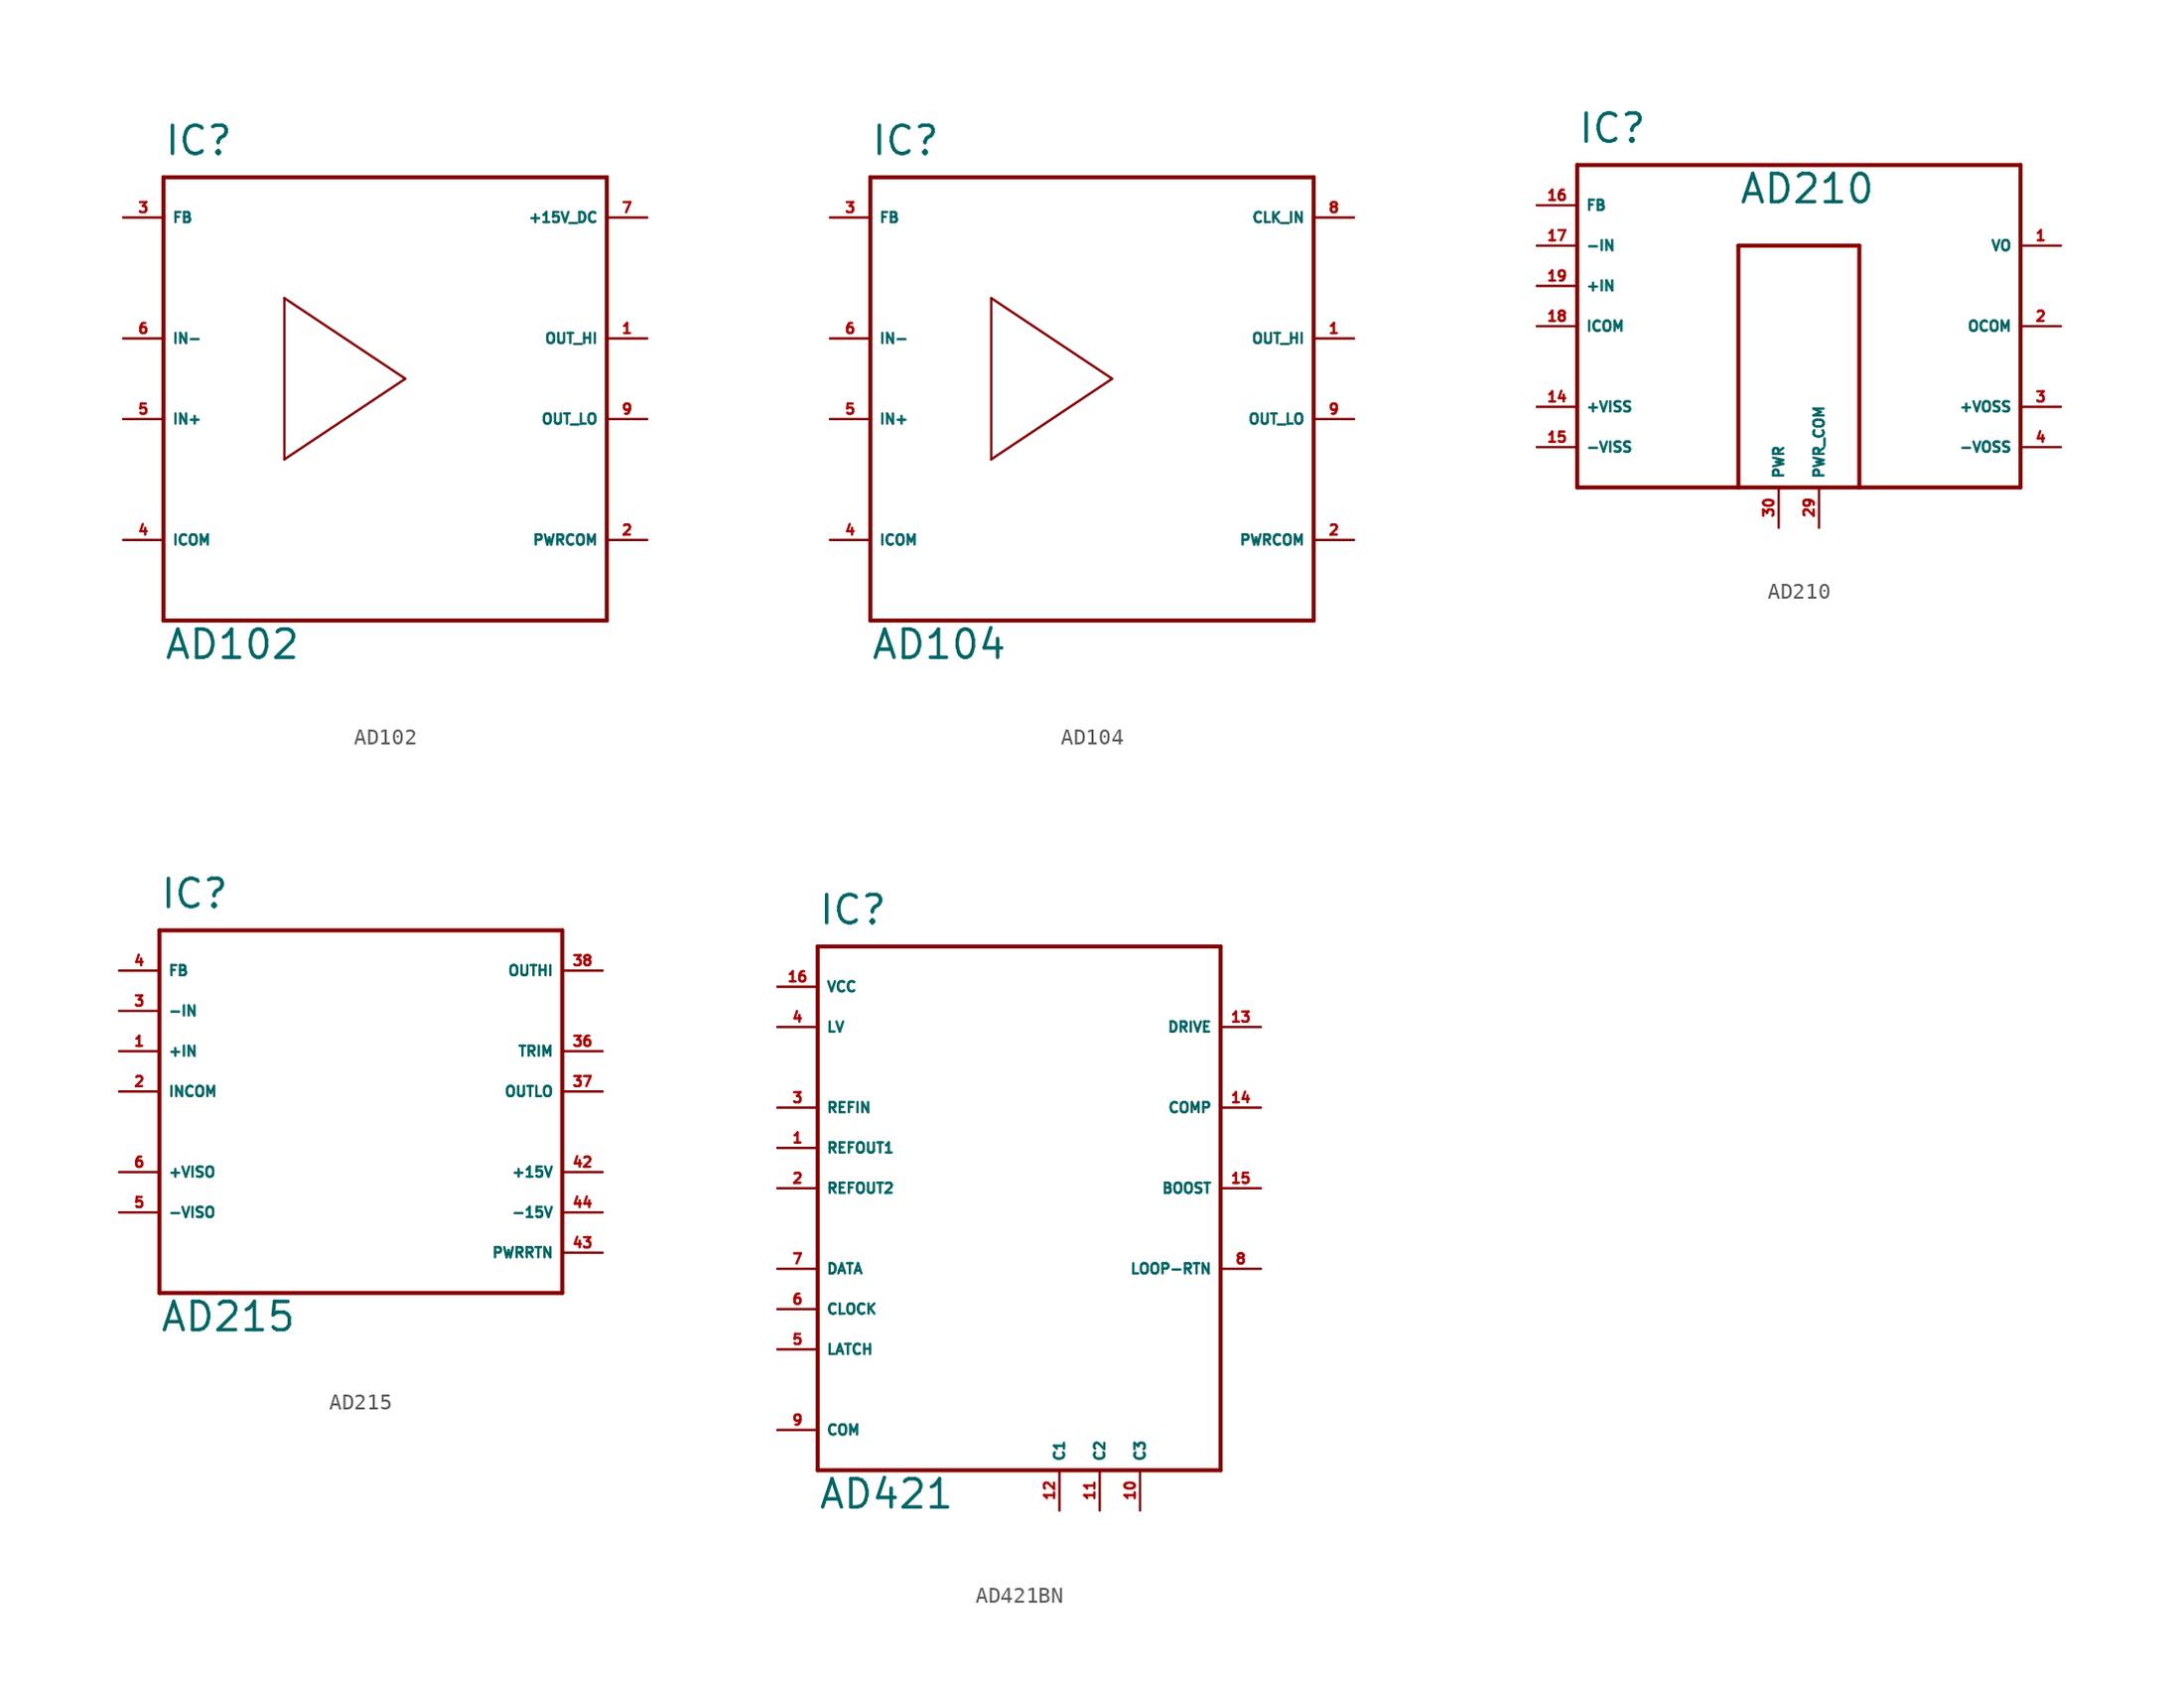
<source format=kicad_sym>
(kicad_symbol_lib
  (version 20220914)
  (generator Eagle2Kicad)
  (symbol "AD102"
    (property "Reference" "IC"
      (at -15.24 13.97 0)
      (effects (font (size 1.778 1.778) (thickness 0.22)) (justify left bottom)))
    (property "Value" "AD102"
      (at -15.24 -17.78 0)
      (effects (font (size 1.778 1.778) (thickness 0.22)) (justify left bottom)))
    (polyline
      (pts (xy -15.24 12.7) (xy 12.7 12.7))
      (stroke (width 0.254) (type default))
      (fill (type none)))
    (polyline
      (pts (xy 12.7 12.7) (xy 12.7 -15.24))
      (stroke (width 0.254) (type default))
      (fill (type none)))
    (polyline
      (pts (xy 12.7 -15.24) (xy -15.24 -15.24))
      (stroke (width 0.254) (type default))
      (fill (type none)))
    (polyline
      (pts (xy -15.24 -15.24) (xy -15.24 12.7))
      (stroke (width 0.254) (type default))
      (fill (type none)))
    (polyline
      (pts (xy -7.62 5.08) (xy -7.62 -5.08))
      (stroke (width 0.152) (type default))
      (fill (type none)))
    (polyline
      (pts (xy -7.62 -5.08) (xy 0 0))
      (stroke (width 0.152) (type default))
      (fill (type none)))
    (polyline
      (pts (xy 0 0) (xy -7.62 5.08))
      (stroke (width 0.152) (type default))
      (fill (type none)))
    (pin input line
      (at -17.78 10.16 0)
      (length 2.54)
      (name "FB" (effects (font (size 0.635 0.635) (thickness 0.08)) (justify left bottom)))
      (number "3" (effects (font (size 0.635 0.635) (thickness 0.08)) (justify left bottom))))
    (pin input line
      (at -17.78 2.54 0)
      (length 2.54)
      (name "IN-" (effects (font (size 0.635 0.635) (thickness 0.08)) (justify left bottom)))
      (number "6" (effects (font (size 0.635 0.635) (thickness 0.08)) (justify left bottom))))
    (pin input line
      (at -17.78 -2.54 0)
      (length 2.54)
      (name "IN+" (effects (font (size 0.635 0.635) (thickness 0.08)) (justify left bottom)))
      (number "5" (effects (font (size 0.635 0.635) (thickness 0.08)) (justify left bottom))))
    (pin unspecified line
      (at -17.78 -10.16 0)
      (length 2.54)
      (name "ICOM" (effects (font (size 0.635 0.635) (thickness 0.08)) (justify left bottom)))
      (number "4" (effects (font (size 0.635 0.635) (thickness 0.08)) (justify left bottom))))
    (pin output line
      (at 15.24 2.54 180)
      (length 2.54)
      (name "OUT_HI" (effects (font (size 0.635 0.635) (thickness 0.08)) (justify left bottom)))
      (number "1" (effects (font (size 0.635 0.635) (thickness 0.08)) (justify left bottom))))
    (pin output line
      (at 15.24 -2.54 180)
      (length 2.54)
      (name "OUT_LO" (effects (font (size 0.635 0.635) (thickness 0.08)) (justify left bottom)))
      (number "9" (effects (font (size 0.635 0.635) (thickness 0.08)) (justify left bottom))))
    (pin output line
      (at 15.24 10.16 180)
      (length 2.54)
      (name "+15V_DC" (effects (font (size 0.635 0.635) (thickness 0.08)) (justify left bottom)))
      (number "7" (effects (font (size 0.635 0.635) (thickness 0.08)) (justify left bottom))))
    (pin output line
      (at 15.24 -10.16 180)
      (length 2.54)
      (name "PWRCOM" (effects (font (size 0.635 0.635) (thickness 0.08)) (justify left bottom)))
      (number "2" (effects (font (size 0.635 0.635) (thickness 0.08)) (justify left bottom)))))
  (symbol "AD104"
    (property "Reference" "IC"
      (at -15.24 13.97 0)
      (effects (font (size 1.778 1.778) (thickness 0.22)) (justify left bottom)))
    (property "Value" "AD104"
      (at -15.24 -17.78 0)
      (effects (font (size 1.778 1.778) (thickness 0.22)) (justify left bottom)))
    (polyline
      (pts (xy -15.24 12.7) (xy 12.7 12.7))
      (stroke (width 0.254) (type default))
      (fill (type none)))
    (polyline
      (pts (xy 12.7 12.7) (xy 12.7 -15.24))
      (stroke (width 0.254) (type default))
      (fill (type none)))
    (polyline
      (pts (xy 12.7 -15.24) (xy -15.24 -15.24))
      (stroke (width 0.254) (type default))
      (fill (type none)))
    (polyline
      (pts (xy -15.24 -15.24) (xy -15.24 12.7))
      (stroke (width 0.254) (type default))
      (fill (type none)))
    (polyline
      (pts (xy -7.62 5.08) (xy -7.62 -5.08))
      (stroke (width 0.152) (type default))
      (fill (type none)))
    (polyline
      (pts (xy -7.62 -5.08) (xy 0 0))
      (stroke (width 0.152) (type default))
      (fill (type none)))
    (polyline
      (pts (xy 0 0) (xy -7.62 5.08))
      (stroke (width 0.152) (type default))
      (fill (type none)))
    (pin input line
      (at -17.78 10.16 0)
      (length 2.54)
      (name "FB" (effects (font (size 0.635 0.635) (thickness 0.08)) (justify left bottom)))
      (number "3" (effects (font (size 0.635 0.635) (thickness 0.08)) (justify left bottom))))
    (pin input line
      (at -17.78 2.54 0)
      (length 2.54)
      (name "IN-" (effects (font (size 0.635 0.635) (thickness 0.08)) (justify left bottom)))
      (number "6" (effects (font (size 0.635 0.635) (thickness 0.08)) (justify left bottom))))
    (pin input line
      (at -17.78 -2.54 0)
      (length 2.54)
      (name "IN+" (effects (font (size 0.635 0.635) (thickness 0.08)) (justify left bottom)))
      (number "5" (effects (font (size 0.635 0.635) (thickness 0.08)) (justify left bottom))))
    (pin unspecified line
      (at -17.78 -10.16 0)
      (length 2.54)
      (name "ICOM" (effects (font (size 0.635 0.635) (thickness 0.08)) (justify left bottom)))
      (number "4" (effects (font (size 0.635 0.635) (thickness 0.08)) (justify left bottom))))
    (pin output line
      (at 15.24 2.54 180)
      (length 2.54)
      (name "OUT_HI" (effects (font (size 0.635 0.635) (thickness 0.08)) (justify left bottom)))
      (number "1" (effects (font (size 0.635 0.635) (thickness 0.08)) (justify left bottom))))
    (pin output line
      (at 15.24 -2.54 180)
      (length 2.54)
      (name "OUT_LO" (effects (font (size 0.635 0.635) (thickness 0.08)) (justify left bottom)))
      (number "9" (effects (font (size 0.635 0.635) (thickness 0.08)) (justify left bottom))))
    (pin output line
      (at 15.24 10.16 180)
      (length 2.54)
      (name "CLK_IN" (effects (font (size 0.635 0.635) (thickness 0.08)) (justify left bottom)))
      (number "8" (effects (font (size 0.635 0.635) (thickness 0.08)) (justify left bottom))))
    (pin output line
      (at 15.24 -10.16 180)
      (length 2.54)
      (name "PWRCOM" (effects (font (size 0.635 0.635) (thickness 0.08)) (justify left bottom)))
      (number "2" (effects (font (size 0.635 0.635) (thickness 0.08)) (justify left bottom)))))
  (symbol "AD210"
    (property "Reference" "IC"
      (at -12.7 13.97 0)
      (effects (font (size 1.778 1.778) (thickness 0.22)) (justify left bottom)))
    (property "Value" "AD210"
      (at -2.54 10.16 0)
      (effects (font (size 1.778 1.778) (thickness 0.22)) (justify left bottom)))
    (polyline
      (pts (xy -12.7 -7.62) (xy -2.54 -7.62))
      (stroke (width 0.254) (type default))
      (fill (type none)))
    (polyline
      (pts (xy -2.54 -7.62) (xy 5.08 -7.62))
      (stroke (width 0.254) (type default))
      (fill (type none)))
    (polyline
      (pts (xy 5.08 -7.62) (xy 15.24 -7.62))
      (stroke (width 0.254) (type default))
      (fill (type none)))
    (polyline
      (pts (xy 15.24 -7.62) (xy 15.24 12.7))
      (stroke (width 0.254) (type default))
      (fill (type none)))
    (polyline
      (pts (xy 15.24 12.7) (xy -12.7 12.7))
      (stroke (width 0.254) (type default))
      (fill (type none)))
    (polyline
      (pts (xy -12.7 12.7) (xy -12.7 -7.62))
      (stroke (width 0.254) (type default))
      (fill (type none)))
    (polyline
      (pts (xy -2.54 -7.62) (xy -2.54 7.62))
      (stroke (width 0.254) (type default))
      (fill (type none)))
    (polyline
      (pts (xy -2.54 7.62) (xy 5.08 7.62))
      (stroke (width 0.254) (type default))
      (fill (type none)))
    (polyline
      (pts (xy 5.08 7.62) (xy 5.08 -7.62))
      (stroke (width 0.254) (type default))
      (fill (type none)))
    (pin output line
      (at 17.78 7.62 180)
      (length 2.54)
      (name "VO" (effects (font (size 0.635 0.635) (thickness 0.08)) (justify left bottom)))
      (number "1" (effects (font (size 0.635 0.635) (thickness 0.08)) (justify left bottom))))
    (pin output line
      (at 17.78 2.54 180)
      (length 2.54)
      (name "OCOM" (effects (font (size 0.635 0.635) (thickness 0.08)) (justify left bottom)))
      (number "2" (effects (font (size 0.635 0.635) (thickness 0.08)) (justify left bottom))))
    (pin output line
      (at 17.78 -2.54 180)
      (length 2.54)
      (name "+VOSS" (effects (font (size 0.635 0.635) (thickness 0.08)) (justify left bottom)))
      (number "3" (effects (font (size 0.635 0.635) (thickness 0.08)) (justify left bottom))))
    (pin output line
      (at 17.78 -5.08 180)
      (length 2.54)
      (name "-VOSS" (effects (font (size 0.635 0.635) (thickness 0.08)) (justify left bottom)))
      (number "4" (effects (font (size 0.635 0.635) (thickness 0.08)) (justify left bottom))))
    (pin input line
      (at -15.24 -2.54 0)
      (length 2.54)
      (name "+VISS" (effects (font (size 0.635 0.635) (thickness 0.08)) (justify left bottom)))
      (number "14" (effects (font (size 0.635 0.635) (thickness 0.08)) (justify left bottom))))
    (pin input line
      (at -15.24 -5.08 0)
      (length 2.54)
      (name "-VISS" (effects (font (size 0.635 0.635) (thickness 0.08)) (justify left bottom)))
      (number "15" (effects (font (size 0.635 0.635) (thickness 0.08)) (justify left bottom))))
    (pin input line
      (at -15.24 10.16 0)
      (length 2.54)
      (name "FB" (effects (font (size 0.635 0.635) (thickness 0.08)) (justify left bottom)))
      (number "16" (effects (font (size 0.635 0.635) (thickness 0.08)) (justify left bottom))))
    (pin input line
      (at -15.24 7.62 0)
      (length 2.54)
      (name "-IN" (effects (font (size 0.635 0.635) (thickness 0.08)) (justify left bottom)))
      (number "17" (effects (font (size 0.635 0.635) (thickness 0.08)) (justify left bottom))))
    (pin input line
      (at -15.24 2.54 0)
      (length 2.54)
      (name "ICOM" (effects (font (size 0.635 0.635) (thickness 0.08)) (justify left bottom)))
      (number "18" (effects (font (size 0.635 0.635) (thickness 0.08)) (justify left bottom))))
    (pin input line
      (at -15.24 5.08 0)
      (length 2.54)
      (name "+IN" (effects (font (size 0.635 0.635) (thickness 0.08)) (justify left bottom)))
      (number "19" (effects (font (size 0.635 0.635) (thickness 0.08)) (justify left bottom))))
    (pin input line
      (at 2.54 -10.16 90)
      (length 2.54)
      (name "PWR_COM" (effects (font (size 0.635 0.635) (thickness 0.08)) (justify left bottom)))
      (number "29" (effects (font (size 0.635 0.635) (thickness 0.08)) (justify left bottom))))
    (pin input line
      (at 0 -10.16 90)
      (length 2.54)
      (name "PWR" (effects (font (size 0.635 0.635) (thickness 0.08)) (justify left bottom)))
      (number "30" (effects (font (size 0.635 0.635) (thickness 0.08)) (justify left bottom)))))
  (symbol "AD215"
    (property "Reference" "IC"
      (at -12.7 11.43 0)
      (effects (font (size 1.778 1.778) (thickness 0.22)) (justify left bottom)))
    (property "Value" "AD215"
      (at -12.7 -15.24 0)
      (effects (font (size 1.778 1.778) (thickness 0.22)) (justify left bottom)))
    (polyline
      (pts (xy -12.7 -12.7) (xy 12.7 -12.7))
      (stroke (width 0.254) (type default))
      (fill (type none)))
    (polyline
      (pts (xy 12.7 -12.7) (xy 12.7 10.16))
      (stroke (width 0.254) (type default))
      (fill (type none)))
    (polyline
      (pts (xy 12.7 10.16) (xy -12.7 10.16))
      (stroke (width 0.254) (type default))
      (fill (type none)))
    (polyline
      (pts (xy -12.7 10.16) (xy -12.7 -12.7))
      (stroke (width 0.254) (type default))
      (fill (type none)))
    (pin output line
      (at 15.24 7.62 180)
      (length 2.54)
      (name "OUTHI" (effects (font (size 0.635 0.635) (thickness 0.08)) (justify left bottom)))
      (number "38" (effects (font (size 0.635 0.635) (thickness 0.08)) (justify left bottom))))
    (pin passive line
      (at 15.24 2.54 180)
      (length 2.54)
      (name "TRIM" (effects (font (size 0.635 0.635) (thickness 0.08)) (justify left bottom)))
      (number "36" (effects (font (size 0.635 0.635) (thickness 0.08)) (justify left bottom))))
    (pin input line
      (at 15.24 -5.08 180)
      (length 2.54)
      (name "+15V" (effects (font (size 0.635 0.635) (thickness 0.08)) (justify left bottom)))
      (number "42" (effects (font (size 0.635 0.635) (thickness 0.08)) (justify left bottom))))
    (pin input line
      (at 15.24 -7.62 180)
      (length 2.54)
      (name "-15V" (effects (font (size 0.635 0.635) (thickness 0.08)) (justify left bottom)))
      (number "44" (effects (font (size 0.635 0.635) (thickness 0.08)) (justify left bottom))))
    (pin output line
      (at -15.24 -5.08 0)
      (length 2.54)
      (name "+VISO" (effects (font (size 0.635 0.635) (thickness 0.08)) (justify left bottom)))
      (number "6" (effects (font (size 0.635 0.635) (thickness 0.08)) (justify left bottom))))
    (pin output line
      (at -15.24 -7.62 0)
      (length 2.54)
      (name "-VISO" (effects (font (size 0.635 0.635) (thickness 0.08)) (justify left bottom)))
      (number "5" (effects (font (size 0.635 0.635) (thickness 0.08)) (justify left bottom))))
    (pin input line
      (at -15.24 7.62 0)
      (length 2.54)
      (name "FB" (effects (font (size 0.635 0.635) (thickness 0.08)) (justify left bottom)))
      (number "4" (effects (font (size 0.635 0.635) (thickness 0.08)) (justify left bottom))))
    (pin input line
      (at -15.24 5.08 0)
      (length 2.54)
      (name "-IN" (effects (font (size 0.635 0.635) (thickness 0.08)) (justify left bottom)))
      (number "3" (effects (font (size 0.635 0.635) (thickness 0.08)) (justify left bottom))))
    (pin input line
      (at -15.24 0 0)
      (length 2.54)
      (name "INCOM" (effects (font (size 0.635 0.635) (thickness 0.08)) (justify left bottom)))
      (number "2" (effects (font (size 0.635 0.635) (thickness 0.08)) (justify left bottom))))
    (pin input line
      (at -15.24 2.54 0)
      (length 2.54)
      (name "+IN" (effects (font (size 0.635 0.635) (thickness 0.08)) (justify left bottom)))
      (number "1" (effects (font (size 0.635 0.635) (thickness 0.08)) (justify left bottom))))
    (pin input line
      (at 15.24 -10.16 180)
      (length 2.54)
      (name "PWRRTN" (effects (font (size 0.635 0.635) (thickness 0.08)) (justify left bottom)))
      (number "43" (effects (font (size 0.635 0.635) (thickness 0.08)) (justify left bottom))))
    (pin output line
      (at 15.24 0 180)
      (length 2.54)
      (name "OUTLO" (effects (font (size 0.635 0.635) (thickness 0.08)) (justify left bottom)))
      (number "37" (effects (font (size 0.635 0.635) (thickness 0.08)) (justify left bottom)))))
  (symbol "AD421BN"
    (property "Reference" "IC"
      (at -12.7 16.51 0)
      (effects (font (size 1.778 1.778) (thickness 0.22)) (justify left bottom)))
    (property "Value" "AD421"
      (at -12.7 -20.32 0)
      (effects (font (size 1.778 1.778) (thickness 0.22)) (justify left bottom)))
    (polyline
      (pts (xy -12.7 15.24) (xy 12.7 15.24))
      (stroke (width 0.254) (type default))
      (fill (type none)))
    (polyline
      (pts (xy 12.7 15.24) (xy 12.7 -17.78))
      (stroke (width 0.254) (type default))
      (fill (type none)))
    (polyline
      (pts (xy 12.7 -17.78) (xy -12.7 -17.78))
      (stroke (width 0.254) (type default))
      (fill (type none)))
    (polyline
      (pts (xy -12.7 -17.78) (xy -12.7 15.24))
      (stroke (width 0.254) (type default))
      (fill (type none)))
    (pin output line
      (at 15.24 10.16 180)
      (length 2.54)
      (name "DRIVE" (effects (font (size 0.635 0.635) (thickness 0.08)) (justify left bottom)))
      (number "13" (effects (font (size 0.635 0.635) (thickness 0.08)) (justify left bottom))))
    (pin open_collector line
      (at 15.24 0 180)
      (length 2.54)
      (name "BOOST" (effects (font (size 0.635 0.635) (thickness 0.08)) (justify left bottom)))
      (number "15" (effects (font (size 0.635 0.635) (thickness 0.08)) (justify left bottom))))
    (pin input line
      (at -15.24 -5.08 0)
      (length 2.54)
      (name "DATA" (effects (font (size 0.635 0.635) (thickness 0.08)) (justify left bottom)))
      (number "7" (effects (font (size 0.635 0.635) (thickness 0.08)) (justify left bottom))))
    (pin passive line
      (at 15.24 -5.08 180)
      (length 2.54)
      (name "LOOP-RTN" (effects (font (size 0.635 0.635) (thickness 0.08)) (justify left bottom)))
      (number "8" (effects (font (size 0.635 0.635) (thickness 0.08)) (justify left bottom))))
    (pin passive line
      (at 2.54 -20.32 90)
      (length 2.54)
      (name "C1" (effects (font (size 0.635 0.635) (thickness 0.08)) (justify left bottom)))
      (number "12" (effects (font (size 0.635 0.635) (thickness 0.08)) (justify left bottom))))
    (pin input line
      (at -15.24 5.08 0)
      (length 2.54)
      (name "REFIN" (effects (font (size 0.635 0.635) (thickness 0.08)) (justify left bottom)))
      (number "3" (effects (font (size 0.635 0.635) (thickness 0.08)) (justify left bottom))))
    (pin output line
      (at -15.24 2.54 0)
      (length 2.54)
      (name "REFOUT1" (effects (font (size 0.635 0.635) (thickness 0.08)) (justify left bottom)))
      (number "1" (effects (font (size 0.635 0.635) (thickness 0.08)) (justify left bottom))))
    (pin unspecified line
      (at -15.24 12.7 0)
      (length 2.54)
      (name "VCC" (effects (font (size 0.635 0.635) (thickness 0.08)) (justify left bottom)))
      (number "16" (effects (font (size 0.635 0.635) (thickness 0.08)) (justify left bottom))))
    (pin unspecified line
      (at -15.24 -15.24 0)
      (length 2.54)
      (name "COM" (effects (font (size 0.635 0.635) (thickness 0.08)) (justify left bottom)))
      (number "9" (effects (font (size 0.635 0.635) (thickness 0.08)) (justify left bottom))))
    (pin output line
      (at 15.24 5.08 180)
      (length 2.54)
      (name "COMP" (effects (font (size 0.635 0.635) (thickness 0.08)) (justify left bottom)))
      (number "14" (effects (font (size 0.635 0.635) (thickness 0.08)) (justify left bottom))))
    (pin passive line
      (at 5.08 -20.32 90)
      (length 2.54)
      (name "C2" (effects (font (size 0.635 0.635) (thickness 0.08)) (justify left bottom)))
      (number "11" (effects (font (size 0.635 0.635) (thickness 0.08)) (justify left bottom))))
    (pin passive line
      (at 7.62 -20.32 90)
      (length 2.54)
      (name "C3" (effects (font (size 0.635 0.635) (thickness 0.08)) (justify left bottom)))
      (number "10" (effects (font (size 0.635 0.635) (thickness 0.08)) (justify left bottom))))
    (pin input line
      (at -15.24 -7.62 0)
      (length 2.54)
      (name "CLOCK" (effects (font (size 0.635 0.635) (thickness 0.08)) (justify left bottom)))
      (number "6" (effects (font (size 0.635 0.635) (thickness 0.08)) (justify left bottom))))
    (pin input line
      (at -15.24 -10.16 0)
      (length 2.54)
      (name "LATCH" (effects (font (size 0.635 0.635) (thickness 0.08)) (justify left bottom)))
      (number "5" (effects (font (size 0.635 0.635) (thickness 0.08)) (justify left bottom))))
    (pin output line
      (at -15.24 0 0)
      (length 2.54)
      (name "REFOUT2" (effects (font (size 0.635 0.635) (thickness 0.08)) (justify left bottom)))
      (number "2" (effects (font (size 0.635 0.635) (thickness 0.08)) (justify left bottom))))
    (pin input line
      (at -15.24 10.16 0)
      (length 2.54)
      (name "LV" (effects (font (size 0.635 0.635) (thickness 0.08)) (justify left bottom)))
      (number "4" (effects (font (size 0.635 0.635) (thickness 0.08)) (justify left bottom))))))
</source>
